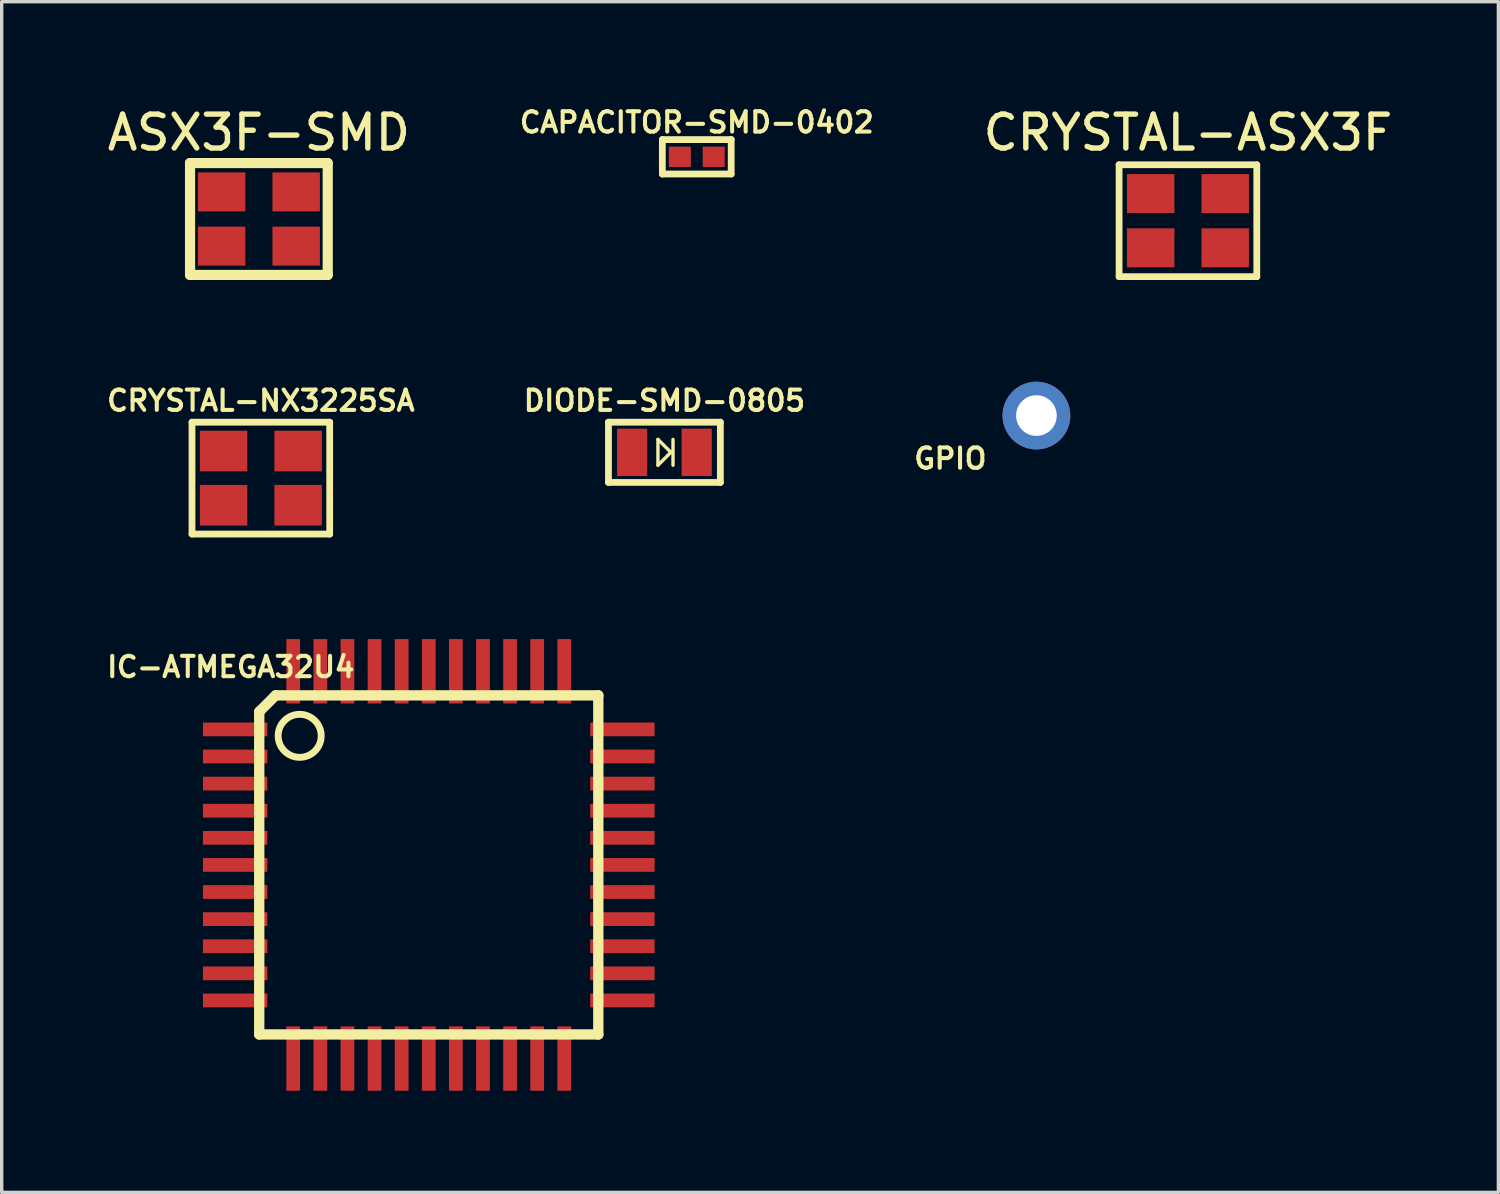
<source format=kicad_pcb>
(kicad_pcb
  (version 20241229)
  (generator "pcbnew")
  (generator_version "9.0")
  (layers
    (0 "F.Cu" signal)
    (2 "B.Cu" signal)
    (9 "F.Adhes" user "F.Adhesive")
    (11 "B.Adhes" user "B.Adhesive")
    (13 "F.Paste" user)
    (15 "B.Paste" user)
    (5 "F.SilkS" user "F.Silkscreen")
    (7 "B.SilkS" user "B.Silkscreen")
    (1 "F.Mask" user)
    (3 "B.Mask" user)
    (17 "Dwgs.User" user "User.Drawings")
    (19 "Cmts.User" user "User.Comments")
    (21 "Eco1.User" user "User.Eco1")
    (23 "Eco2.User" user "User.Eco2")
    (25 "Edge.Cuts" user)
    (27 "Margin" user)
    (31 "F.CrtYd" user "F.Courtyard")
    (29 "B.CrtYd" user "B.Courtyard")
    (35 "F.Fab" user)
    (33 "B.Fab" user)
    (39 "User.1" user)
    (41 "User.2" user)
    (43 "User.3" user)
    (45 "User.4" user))
  (footprint "CRYSTAL-NX3225SA"
    (layer "F.Cu")
    (at 4.649 11.062)
    (property "Reference" "CRYSTAL-NX3225SA" (at 0 -2.286 0) (layer "F.SilkS") (effects (font (size 0.6 0.6) (thickness 0.12))))
    (attr through_hole)
    (fp_line (start -2.032 -1.651) (end 2.032 -1.651) (stroke (width 0.2) (type solid)) (layer "F.SilkS"))
    (fp_line (start -2.032 1.651) (end -2.032 -1.651) (stroke (width 0.2) (type solid)) (layer "F.SilkS"))
    (fp_line (start 2.032 -1.651) (end 2.032 1.651) (stroke (width 0.2) (type solid)) (layer "F.SilkS"))
    (fp_line (start 2.032 1.651) (end -2.032 1.651) (stroke (width 0.2) (type solid)) (layer "F.SilkS"))
    (pad "1" smd rect (at -1.1 0.8) (size 1.4 1.2) (layers "F.Cu" "F.Mask" "F.Paste"))
    (pad "2" smd rect (at 1.1 0.8) (size 1.4 1.2) (layers "F.Cu" "F.Mask" "F.Paste"))
    (pad "3" smd rect (at 1.1 -0.8) (size 1.4 1.2) (layers "F.Cu" "F.Mask" "F.Paste"))
    (pad "4" smd rect (at -1.1 -0.8) (size 1.4 1.2) (layers "F.Cu" "F.Mask" "F.Paste")))
  (footprint "CAPACITOR-SMD-0402"
    (layer "F.Cu")
    (at 17.515 1.578)
    (property "Reference" "CAPACITOR-SMD-0402" (at 0 -1.016 0) (layer "F.SilkS") (effects (font (size 0.6 0.6) (thickness 0.12))))
    (attr through_hole)
    (fp_line (start -1.016 -0.508) (end 1.016 -0.508) (stroke (width 0.2) (type solid)) (layer "F.SilkS"))
    (fp_line (start -1.016 0.508) (end -1.016 -0.508) (stroke (width 0.2) (type solid)) (layer "F.SilkS"))
    (fp_line (start 1.016 -0.508) (end 1.016 0.508) (stroke (width 0.2) (type solid)) (layer "F.SilkS"))
    (fp_line (start 1.016 0.508) (end -1.016 0.508) (stroke (width 0.2) (type solid)) (layer "F.SilkS"))
    (pad "1" smd rect (at -0.5 0) (size 0.65 0.6) (layers "F.Cu" "F.Mask" "F.Paste"))
    (pad "2" smd rect (at 0.5 0) (size 0.65 0.6) (layers "F.Cu" "F.Mask" "F.Paste")))
  (footprint "IC-ATMEGA32U4"
    (layer "F.Cu")
    (at 9.605 22.478)
    (property "Reference" "IC-ATMEGA32U4" (at -5.842 -5.842 0) (layer "F.SilkS") (effects (font (size 0.6 0.6) (thickness 0.12))))
    (attr smd)
    (fp_line (start -5.004 -4.521) (end -5.004 5.004) (stroke (width 0.305) (type solid)) (layer "F.SilkS"))
    (fp_line (start -5.004 -4.521) (end -4.521 -5.004) (stroke (width 0.305) (type solid)) (layer "F.SilkS"))
    (fp_line (start -4.521 -5.004) (end 5.004 -5.004) (stroke (width 0.305) (type solid)) (layer "F.SilkS"))
    (fp_line (start 5.004 -5.004) (end 5.004 5.004) (stroke (width 0.305) (type solid)) (layer "F.SilkS"))
    (fp_line (start 5.004 5.004) (end -5.004 5.004) (stroke (width 0.305) (type solid)) (layer "F.SilkS"))
    (fp_circle (center -3.81 -3.81) (end -3.81 -3.175) (stroke (width 0.203) (type solid)) (fill no) (layer "F.SilkS"))
    (pad "1" smd rect (at -5.715 -4) (size 1.9 0.406) (layers "F.Cu" "F.Mask" "F.Paste"))
    (pad "2" smd rect (at -5.715 -3.2) (size 1.9 0.406) (layers "F.Cu" "F.Mask" "F.Paste"))
    (pad "3" smd rect (at -5.715 -2.4) (size 1.9 0.406) (layers "F.Cu" "F.Mask" "F.Paste"))
    (pad "4" smd rect (at -5.715 -1.6) (size 1.9 0.406) (layers "F.Cu" "F.Mask" "F.Paste"))
    (pad "5" smd rect (at -5.715 -0.8) (size 1.9 0.406) (layers "F.Cu" "F.Mask" "F.Paste"))
    (pad "6" smd rect (at -5.715 0) (size 1.9 0.406) (layers "F.Cu" "F.Mask" "F.Paste"))
    (pad "7" smd rect (at -5.715 0.8) (size 1.9 0.406) (layers "F.Cu" "F.Mask" "F.Paste"))
    (pad "8" smd rect (at -5.715 1.6) (size 1.9 0.406) (layers "F.Cu" "F.Mask" "F.Paste"))
    (pad "9" smd rect (at -5.715 2.4) (size 1.9 0.406) (layers "F.Cu" "F.Mask" "F.Paste"))
    (pad "10" smd rect (at -5.715 3.2) (size 1.9 0.406) (layers "F.Cu" "F.Mask" "F.Paste"))
    (pad "11" smd rect (at -5.715 4) (size 1.9 0.406) (layers "F.Cu" "F.Mask" "F.Paste"))
    (pad "12" smd rect (at -4 5.715) (size 0.406 1.9) (layers "F.Cu" "F.Mask" "F.Paste"))
    (pad "13" smd rect (at -3.2 5.715) (size 0.406 1.9) (layers "F.Cu" "F.Mask" "F.Paste"))
    (pad "14" smd rect (at -2.4 5.715) (size 0.406 1.9) (layers "F.Cu" "F.Mask" "F.Paste"))
    (pad "15" smd rect (at -1.6 5.715) (size 0.406 1.9) (layers "F.Cu" "F.Mask" "F.Paste"))
    (pad "16" smd rect (at -0.8 5.715) (size 0.406 1.9) (layers "F.Cu" "F.Mask" "F.Paste"))
    (pad "17" smd rect (at 0 5.715) (size 0.406 1.9) (layers "F.Cu" "F.Mask" "F.Paste"))
    (pad "18" smd rect (at 0.8 5.715) (size 0.406 1.9) (layers "F.Cu" "F.Mask" "F.Paste"))
    (pad "19" smd rect (at 1.6 5.715) (size 0.406 1.9) (layers "F.Cu" "F.Mask" "F.Paste"))
    (pad "20" smd rect (at 2.4 5.715) (size 0.406 1.9) (layers "F.Cu" "F.Mask" "F.Paste"))
    (pad "21" smd rect (at 3.2 5.715) (size 0.406 1.9) (layers "F.Cu" "F.Mask" "F.Paste"))
    (pad "22" smd rect (at 4 5.715) (size 0.406 1.9) (layers "F.Cu" "F.Mask" "F.Paste"))
    (pad "23" smd rect (at 5.715 4) (size 1.9 0.406) (layers "F.Cu" "F.Mask" "F.Paste"))
    (pad "24" smd rect (at 5.715 3.2) (size 1.9 0.406) (layers "F.Cu" "F.Mask" "F.Paste"))
    (pad "25" smd rect (at 5.715 2.4) (size 1.9 0.406) (layers "F.Cu" "F.Mask" "F.Paste"))
    (pad "26" smd rect (at 5.715 1.6) (size 1.9 0.406) (layers "F.Cu" "F.Mask" "F.Paste"))
    (pad "27" smd rect (at 5.715 0.8) (size 1.9 0.406) (layers "F.Cu" "F.Mask" "F.Paste"))
    (pad "28" smd rect (at 5.715 0) (size 1.9 0.406) (layers "F.Cu" "F.Mask" "F.Paste"))
    (pad "29" smd rect (at 5.715 -0.8) (size 1.9 0.406) (layers "F.Cu" "F.Mask" "F.Paste"))
    (pad "30" smd rect (at 5.715 -1.6) (size 1.9 0.406) (layers "F.Cu" "F.Mask" "F.Paste"))
    (pad "31" smd rect (at 5.715 -2.4) (size 1.9 0.406) (layers "F.Cu" "F.Mask" "F.Paste"))
    (pad "32" smd rect (at 5.715 -3.2) (size 1.9 0.406) (layers "F.Cu" "F.Mask" "F.Paste"))
    (pad "33" smd rect (at 5.715 -4) (size 1.9 0.406) (layers "F.Cu" "F.Mask" "F.Paste"))
    (pad "34" smd rect (at 4 -5.715) (size 0.406 1.9) (layers "F.Cu" "F.Mask" "F.Paste"))
    (pad "35" smd rect (at 3.2 -5.715) (size 0.406 1.9) (layers "F.Cu" "F.Mask" "F.Paste"))
    (pad "36" smd rect (at 2.4 -5.715) (size 0.406 1.9) (layers "F.Cu" "F.Mask" "F.Paste"))
    (pad "37" smd rect (at 1.6 -5.715) (size 0.406 1.9) (layers "F.Cu" "F.Mask" "F.Paste"))
    (pad "38" smd rect (at 0.8 -5.715) (size 0.406 1.9) (layers "F.Cu" "F.Mask" "F.Paste"))
    (pad "39" smd rect (at 0 -5.715) (size 0.406 1.9) (layers "F.Cu" "F.Mask" "F.Paste"))
    (pad "40" smd rect (at -0.8 -5.715) (size 0.406 1.9) (layers "F.Cu" "F.Mask" "F.Paste"))
    (pad "41" smd rect (at -1.6 -5.715) (size 0.406 1.9) (layers "F.Cu" "F.Mask" "F.Paste"))
    (pad "42" smd rect (at -2.4 -5.715) (size 0.406 1.9) (layers "F.Cu" "F.Mask" "F.Paste"))
    (pad "43" smd rect (at -3.2 -5.715) (size 0.406 1.9) (layers "F.Cu" "F.Mask" "F.Paste"))
    (pad "44" smd rect (at -4 -5.715) (size 0.406 1.9) (layers "F.Cu" "F.Mask" "F.Paste")))
  (footprint "GPIO"
    (layer "F.Cu")
    (at 27.54 9.215)
    (property "Reference" "GPIO" (at -2.54 1.27 0) (layer "F.SilkS") (effects (font (size 0.6 0.6) (thickness 0.12))))
    (attr through_hole)
    (pad "~" thru_hole circle (at 0 0) (size 2 2) (drill 1.2) (layers "*.Cu" "*.Mask")))
  (footprint "DIODE-SMD-0805"
    (layer "F.Cu")
    (at 16.56 10.3)
    (property "Reference" "DIODE-SMD-0805" (at 0 -1.524 0) (layer "F.SilkS") (effects (font (size 0.6 0.6) (thickness 0.12))))
    (attr smd)
    (fp_line (start -1.651 -0.889) (end -1.651 0.889) (stroke (width 0.2) (type solid)) (layer "F.SilkS"))
    (fp_line (start -1.651 0.889) (end 1.651 0.889) (stroke (width 0.2) (type solid)) (layer "F.SilkS"))
    (fp_line (start -0.191 -0.381) (end -0.191 0.381) (stroke (width 0.1) (type solid)) (layer "F.SilkS"))
    (fp_line (start -0.191 0.381) (end 0.191 0) (stroke (width 0.1) (type solid)) (layer "F.SilkS"))
    (fp_line (start 0.191 0) (end -0.191 -0.381) (stroke (width 0.1) (type solid)) (layer "F.SilkS"))
    (fp_line (start 0.254 -0.381) (end 0.254 0.381) (stroke (width 0.1) (type solid)) (layer "F.SilkS"))
    (fp_line (start 1.651 -0.889) (end -1.651 -0.889) (stroke (width 0.2) (type solid)) (layer "F.SilkS"))
    (fp_line (start 1.651 0.889) (end 1.651 -0.889) (stroke (width 0.2) (type solid)) (layer "F.SilkS"))
    (pad "1" smd rect (at -0.953 0) (size 0.889 1.397) (layers "F.Cu" "F.Mask" "F.Paste"))
    (pad "2" smd rect (at 0.953 0) (size 0.889 1.397) (layers "F.Cu" "F.Mask" "F.Paste")))
  (footprint "CRYSTAL-ASX3F"
    (layer "F.Cu")
    (at 32.012 3.464)
    (property "Reference" "CRYSTAL-ASX3F" (at 0 -2.6 180) (layer "F.SilkS") (effects (font (size 1 1) (thickness 0.159))))
    (attr smd)
    (fp_line (start -2.032 -1.651) (end 2.032 -1.651) (stroke (width 0.2) (type solid)) (layer "F.SilkS"))
    (fp_line (start -2.032 1.651) (end -2.032 -1.651) (stroke (width 0.2) (type solid)) (layer "F.SilkS"))
    (fp_line (start 2.032 -1.651) (end 2.032 1.651) (stroke (width 0.2) (type solid)) (layer "F.SilkS"))
    (fp_line (start 2.032 1.651) (end -2.032 1.651) (stroke (width 0.2) (type solid)) (layer "F.SilkS"))
    (pad "1" smd rect (at -1.1 0.8) (size 1.4 1.151) (layers "F.Cu" "F.Mask" "F.Paste"))
    (pad "2" smd rect (at 1.1 0.8) (size 1.4 1.151) (layers "F.Cu" "F.Mask" "F.Paste"))
    (pad "3" smd rect (at 1.1 -0.8) (size 1.4 1.151) (layers "F.Cu" "F.Mask" "F.Paste"))
    (pad "4" smd rect (at -1.1 -0.8) (size 1.4 1.151) (layers "F.Cu" "F.Mask" "F.Paste")))
  (footprint "ASX3F-SMD"
    (layer "F.Cu")
    (at 4.591 3.414)
    (property "Reference" "ASX3F-SMD" (at 0 -2.55 0) (layer "F.SilkS") (effects (font (size 1 1) (thickness 0.159))))
    (attr smd)
    (fp_line (start -2.032 -1.651) (end 2.032 -1.651) (stroke (width 0.3) (type solid)) (layer "F.SilkS"))
    (fp_line (start -2.032 1.651) (end -2.032 -1.651) (stroke (width 0.3) (type solid)) (layer "F.SilkS"))
    (fp_line (start 2.032 -1.651) (end 2.032 1.651) (stroke (width 0.3) (type solid)) (layer "F.SilkS"))
    (fp_line (start 2.032 1.651) (end -2.032 1.651) (stroke (width 0.3) (type solid)) (layer "F.SilkS"))
    (pad "1" smd rect (at -1.1 0.8) (size 1.4 1.151) (layers "F.Cu" "F.Mask" "F.Paste"))
    (pad "2" smd rect (at 1.1 0.8) (size 1.4 1.151) (layers "F.Cu" "F.Mask" "F.Paste"))
    (pad "3" smd rect (at 1.1 -0.8) (size 1.4 1.151) (layers "F.Cu" "F.Mask" "F.Paste"))
    (pad "4" smd rect (at -1.1 -0.8) (size 1.4 1.151) (layers "F.Cu" "F.Mask" "F.Paste")))
  (gr_rect
    (start -3 -3)
    (end 41.174 32.143)
    (stroke (width 0.1) (type default))
    (fill no)
    (layer "Edge.Cuts")))
</source>
